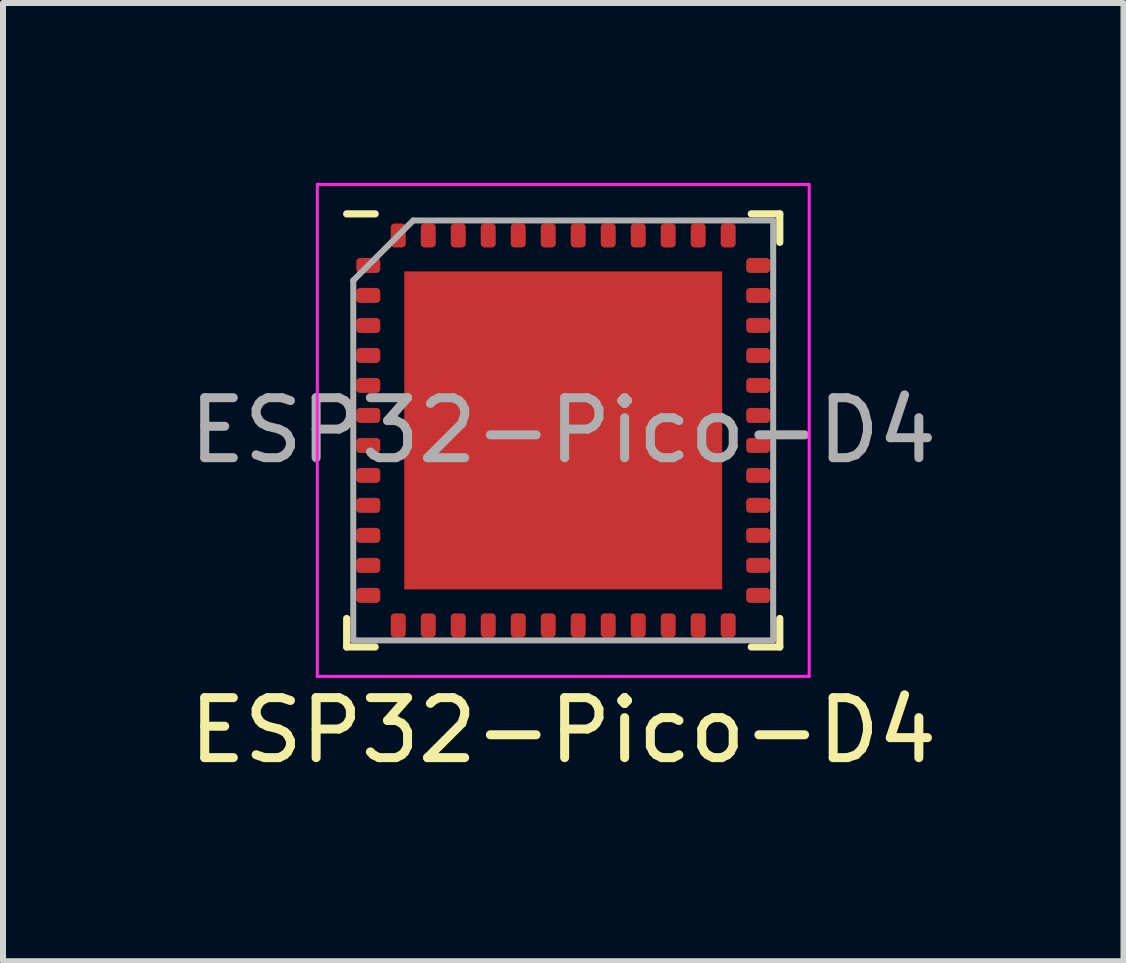
<source format=kicad_pcb>
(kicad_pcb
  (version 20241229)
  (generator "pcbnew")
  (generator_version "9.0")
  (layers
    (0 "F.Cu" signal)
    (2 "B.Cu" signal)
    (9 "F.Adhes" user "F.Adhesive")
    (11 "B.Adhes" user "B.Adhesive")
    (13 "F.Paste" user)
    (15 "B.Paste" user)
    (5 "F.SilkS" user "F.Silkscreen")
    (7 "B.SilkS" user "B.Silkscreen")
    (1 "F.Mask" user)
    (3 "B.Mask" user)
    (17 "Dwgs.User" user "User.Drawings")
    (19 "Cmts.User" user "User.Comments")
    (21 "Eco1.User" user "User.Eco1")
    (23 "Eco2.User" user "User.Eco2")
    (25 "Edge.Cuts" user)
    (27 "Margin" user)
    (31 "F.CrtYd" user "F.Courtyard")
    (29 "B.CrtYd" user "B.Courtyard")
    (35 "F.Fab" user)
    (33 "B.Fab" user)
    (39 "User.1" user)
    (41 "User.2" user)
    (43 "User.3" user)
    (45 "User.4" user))
  (footprint "ESP32-Pico-D4"
    (layer "F.Cu")
    (at 6.339 4.125)
    (property "Reference" "ESP32-Pico-D4" (at 0 5 0) (layer "F.SilkS") (effects (font (size 1 1) (thickness 0.15))))
    (attr smd)
    (fp_line (start -3.61 3.61) (end -3.61 3.135) (stroke (width 0.12) (type solid)) (layer "F.SilkS"))
    (fp_line (start -3.135 -3.61) (end -3.61 -3.61) (stroke (width 0.12) (type solid)) (layer "F.SilkS"))
    (fp_line (start -3.135 3.61) (end -3.61 3.61) (stroke (width 0.12) (type solid)) (layer "F.SilkS"))
    (fp_line (start 3.135 -3.61) (end 3.61 -3.61) (stroke (width 0.12) (type solid)) (layer "F.SilkS"))
    (fp_line (start 3.135 3.61) (end 3.61 3.61) (stroke (width 0.12) (type solid)) (layer "F.SilkS"))
    (fp_line (start 3.61 -3.61) (end 3.61 -3.135) (stroke (width 0.12) (type solid)) (layer "F.SilkS"))
    (fp_line (start 3.61 3.61) (end 3.61 3.135) (stroke (width 0.12) (type solid)) (layer "F.SilkS"))
    (fp_line (start -4.1 -4.1) (end -4.1 4.1) (stroke (width 0.05) (type solid)) (layer "F.CrtYd"))
    (fp_line (start -4.1 4.1) (end 4.1 4.1) (stroke (width 0.05) (type solid)) (layer "F.CrtYd"))
    (fp_line (start 4.1 -4.1) (end -4.1 -4.1) (stroke (width 0.05) (type solid)) (layer "F.CrtYd"))
    (fp_line (start 4.1 4.1) (end 4.1 -4.1) (stroke (width 0.05) (type solid)) (layer "F.CrtYd"))
    (fp_line (start -3.5 -2.5) (end -2.5 -3.5) (stroke (width 0.1) (type solid)) (layer "F.Fab"))
    (fp_line (start -3.5 3.5) (end -3.5 -2.5) (stroke (width 0.1) (type solid)) (layer "F.Fab"))
    (fp_line (start -2.5 -3.5) (end 3.5 -3.5) (stroke (width 0.1) (type solid)) (layer "F.Fab"))
    (fp_line (start 3.5 -3.5) (end 3.5 3.5) (stroke (width 0.1) (type solid)) (layer "F.Fab"))
    (fp_line (start 3.5 3.5) (end -3.5 3.5) (stroke (width 0.1) (type solid)) (layer "F.Fab"))
    (fp_text user "${REFERENCE}" (at 0 0 0) (layer "F.Fab") (effects (font (size 1 1) (thickness 0.15))))
    (pad "" smd roundrect (at -1.98 -1.98) (size 1.07 1.07) (layers "F.Paste") (roundrect_rratio 0.234))
    (pad "" smd roundrect (at -1.98 -0.66) (size 1.07 1.07) (layers "F.Paste") (roundrect_rratio 0.234))
    (pad "" smd roundrect (at -1.98 0.66) (size 1.07 1.07) (layers "F.Paste") (roundrect_rratio 0.234))
    (pad "" smd roundrect (at -1.98 1.98) (size 1.07 1.07) (layers "F.Paste") (roundrect_rratio 0.234))
    (pad "" smd roundrect (at -0.66 -1.98) (size 1.07 1.07) (layers "F.Paste") (roundrect_rratio 0.234))
    (pad "" smd roundrect (at -0.66 -0.66) (size 1.07 1.07) (layers "F.Paste") (roundrect_rratio 0.234))
    (pad "" smd roundrect (at -0.66 0.66) (size 1.07 1.07) (layers "F.Paste") (roundrect_rratio 0.234))
    (pad "" smd roundrect (at -0.66 1.98) (size 1.07 1.07) (layers "F.Paste") (roundrect_rratio 0.234))
    (pad "" smd roundrect (at 0.66 -1.98) (size 1.07 1.07) (layers "F.Paste") (roundrect_rratio 0.234))
    (pad "" smd roundrect (at 0.66 -0.66) (size 1.07 1.07) (layers "F.Paste") (roundrect_rratio 0.234))
    (pad "" smd roundrect (at 0.66 0.66) (size 1.07 1.07) (layers "F.Paste") (roundrect_rratio 0.234))
    (pad "" smd roundrect (at 0.66 1.98) (size 1.07 1.07) (layers "F.Paste") (roundrect_rratio 0.234))
    (pad "" smd roundrect (at 1.98 -1.98) (size 1.07 1.07) (layers "F.Paste") (roundrect_rratio 0.234))
    (pad "" smd roundrect (at 1.98 -0.66) (size 1.07 1.07) (layers "F.Paste") (roundrect_rratio 0.234))
    (pad "" smd roundrect (at 1.98 0.66) (size 1.07 1.07) (layers "F.Paste") (roundrect_rratio 0.234))
    (pad "" smd roundrect (at 1.98 1.98) (size 1.07 1.07) (layers "F.Paste") (roundrect_rratio 0.234))
    (pad "1" smd roundrect (at -3.25 -2.75) (size 0.4 0.25) (layers "F.Cu" "F.Mask" "F.Paste") (roundrect_rratio 0.25))
    (pad "2" smd roundrect (at -3.25 -2.25) (size 0.4 0.25) (layers "F.Cu" "F.Mask" "F.Paste") (roundrect_rratio 0.25))
    (pad "3" smd roundrect (at -3.25 -1.75) (size 0.4 0.25) (layers "F.Cu" "F.Mask" "F.Paste") (roundrect_rratio 0.25))
    (pad "4" smd roundrect (at -3.25 -1.25) (size 0.4 0.25) (layers "F.Cu" "F.Mask" "F.Paste") (roundrect_rratio 0.25))
    (pad "5" smd roundrect (at -3.25 -0.75) (size 0.4 0.25) (layers "F.Cu" "F.Mask" "F.Paste") (roundrect_rratio 0.25))
    (pad "6" smd roundrect (at -3.25 -0.25) (size 0.4 0.25) (layers "F.Cu" "F.Mask" "F.Paste") (roundrect_rratio 0.25))
    (pad "7" smd roundrect (at -3.25 0.25) (size 0.4 0.25) (layers "F.Cu" "F.Mask" "F.Paste") (roundrect_rratio 0.25))
    (pad "8" smd roundrect (at -3.25 0.75) (size 0.4 0.25) (layers "F.Cu" "F.Mask" "F.Paste") (roundrect_rratio 0.25))
    (pad "9" smd roundrect (at -3.25 1.25) (size 0.4 0.25) (layers "F.Cu" "F.Mask" "F.Paste") (roundrect_rratio 0.25))
    (pad "10" smd roundrect (at -3.25 1.75) (size 0.4 0.25) (layers "F.Cu" "F.Mask" "F.Paste") (roundrect_rratio 0.25))
    (pad "11" smd roundrect (at -3.25 2.25) (size 0.4 0.25) (layers "F.Cu" "F.Mask" "F.Paste") (roundrect_rratio 0.25))
    (pad "12" smd roundrect (at -3.25 2.75) (size 0.4 0.25) (layers "F.Cu" "F.Mask" "F.Paste") (roundrect_rratio 0.25))
    (pad "13" smd roundrect (at -2.75 3.25) (size 0.25 0.4) (layers "F.Cu" "F.Mask" "F.Paste") (roundrect_rratio 0.25))
    (pad "14" smd roundrect (at -2.25 3.25) (size 0.25 0.4) (layers "F.Cu" "F.Mask" "F.Paste") (roundrect_rratio 0.25))
    (pad "15" smd roundrect (at -1.75 3.25) (size 0.25 0.4) (layers "F.Cu" "F.Mask" "F.Paste") (roundrect_rratio 0.25))
    (pad "16" smd roundrect (at -1.25 3.25) (size 0.25 0.4) (layers "F.Cu" "F.Mask" "F.Paste") (roundrect_rratio 0.25))
    (pad "17" smd roundrect (at -0.75 3.25) (size 0.25 0.4) (layers "F.Cu" "F.Mask" "F.Paste") (roundrect_rratio 0.25))
    (pad "18" smd roundrect (at -0.25 3.25) (size 0.25 0.4) (layers "F.Cu" "F.Mask" "F.Paste") (roundrect_rratio 0.25))
    (pad "19" smd roundrect (at 0.25 3.25) (size 0.25 0.4) (layers "F.Cu" "F.Mask" "F.Paste") (roundrect_rratio 0.25))
    (pad "20" smd roundrect (at 0.75 3.25) (size 0.25 0.4) (layers "F.Cu" "F.Mask" "F.Paste") (roundrect_rratio 0.25))
    (pad "21" smd roundrect (at 1.25 3.25) (size 0.25 0.4) (layers "F.Cu" "F.Mask" "F.Paste") (roundrect_rratio 0.25))
    (pad "22" smd roundrect (at 1.75 3.25) (size 0.25 0.4) (layers "F.Cu" "F.Mask" "F.Paste") (roundrect_rratio 0.25))
    (pad "23" smd roundrect (at 2.25 3.25) (size 0.25 0.4) (layers "F.Cu" "F.Mask" "F.Paste") (roundrect_rratio 0.25))
    (pad "24" smd roundrect (at 2.75 3.25) (size 0.25 0.4) (layers "F.Cu" "F.Mask" "F.Paste") (roundrect_rratio 0.25))
    (pad "25" smd roundrect (at 3.25 2.75) (size 0.4 0.25) (layers "F.Cu" "F.Mask" "F.Paste") (roundrect_rratio 0.25))
    (pad "26" smd roundrect (at 3.25 2.25) (size 0.4 0.25) (layers "F.Cu" "F.Mask" "F.Paste") (roundrect_rratio 0.25))
    (pad "27" smd roundrect (at 3.25 1.75) (size 0.4 0.25) (layers "F.Cu" "F.Mask" "F.Paste") (roundrect_rratio 0.25))
    (pad "28" smd roundrect (at 3.25 1.25) (size 0.4 0.25) (layers "F.Cu" "F.Mask" "F.Paste") (roundrect_rratio 0.25))
    (pad "29" smd roundrect (at 3.25 0.75) (size 0.4 0.25) (layers "F.Cu" "F.Mask" "F.Paste") (roundrect_rratio 0.25))
    (pad "30" smd roundrect (at 3.25 0.25) (size 0.4 0.25) (layers "F.Cu" "F.Mask" "F.Paste") (roundrect_rratio 0.25))
    (pad "31" smd roundrect (at 3.25 -0.25) (size 0.4 0.25) (layers "F.Cu" "F.Mask" "F.Paste") (roundrect_rratio 0.25))
    (pad "32" smd roundrect (at 3.25 -0.75) (size 0.4 0.25) (layers "F.Cu" "F.Mask" "F.Paste") (roundrect_rratio 0.25))
    (pad "33" smd roundrect (at 3.25 -1.25) (size 0.4 0.25) (layers "F.Cu" "F.Mask" "F.Paste") (roundrect_rratio 0.25))
    (pad "34" smd roundrect (at 3.25 -1.75) (size 0.4 0.25) (layers "F.Cu" "F.Mask" "F.Paste") (roundrect_rratio 0.25))
    (pad "35" smd roundrect (at 3.25 -2.25) (size 0.4 0.25) (layers "F.Cu" "F.Mask" "F.Paste") (roundrect_rratio 0.25))
    (pad "36" smd roundrect (at 3.25 -2.75) (size 0.4 0.25) (layers "F.Cu" "F.Mask" "F.Paste") (roundrect_rratio 0.25))
    (pad "37" smd roundrect (at 2.75 -3.25) (size 0.25 0.4) (layers "F.Cu" "F.Mask" "F.Paste") (roundrect_rratio 0.25))
    (pad "38" smd roundrect (at 2.25 -3.25) (size 0.25 0.4) (layers "F.Cu" "F.Mask" "F.Paste") (roundrect_rratio 0.25))
    (pad "39" smd roundrect (at 1.75 -3.25) (size 0.25 0.4) (layers "F.Cu" "F.Mask" "F.Paste") (roundrect_rratio 0.25))
    (pad "40" smd roundrect (at 1.25 -3.25) (size 0.25 0.4) (layers "F.Cu" "F.Mask" "F.Paste") (roundrect_rratio 0.25))
    (pad "41" smd roundrect (at 0.75 -3.25) (size 0.25 0.4) (layers "F.Cu" "F.Mask" "F.Paste") (roundrect_rratio 0.25))
    (pad "42" smd roundrect (at 0.25 -3.25) (size 0.25 0.4) (layers "F.Cu" "F.Mask" "F.Paste") (roundrect_rratio 0.25))
    (pad "43" smd roundrect (at -0.25 -3.25) (size 0.25 0.4) (layers "F.Cu" "F.Mask" "F.Paste") (roundrect_rratio 0.25))
    (pad "44" smd roundrect (at -0.75 -3.25) (size 0.25 0.4) (layers "F.Cu" "F.Mask" "F.Paste") (roundrect_rratio 0.25))
    (pad "45" smd roundrect (at -1.25 -3.25) (size 0.25 0.4) (layers "F.Cu" "F.Mask" "F.Paste") (roundrect_rratio 0.25))
    (pad "46" smd roundrect (at -1.75 -3.25) (size 0.25 0.4) (layers "F.Cu" "F.Mask" "F.Paste") (roundrect_rratio 0.25))
    (pad "47" smd roundrect (at -2.25 -3.25) (size 0.25 0.4) (layers "F.Cu" "F.Mask" "F.Paste") (roundrect_rratio 0.25))
    (pad "48" smd roundrect (at -2.75 -3.25) (size 0.25 0.4) (layers "F.Cu" "F.Mask" "F.Paste") (roundrect_rratio 0.25))
    (pad "49" smd rect (at 0 0) (size 5.3 5.3) (layers "F.Cu" "F.Mask")))
  (gr_rect
    (start -3 -3)
    (end 15.679 12.973)
    (stroke (width 0.1) (type default))
    (fill no)
    (layer "Edge.Cuts")))
</source>
